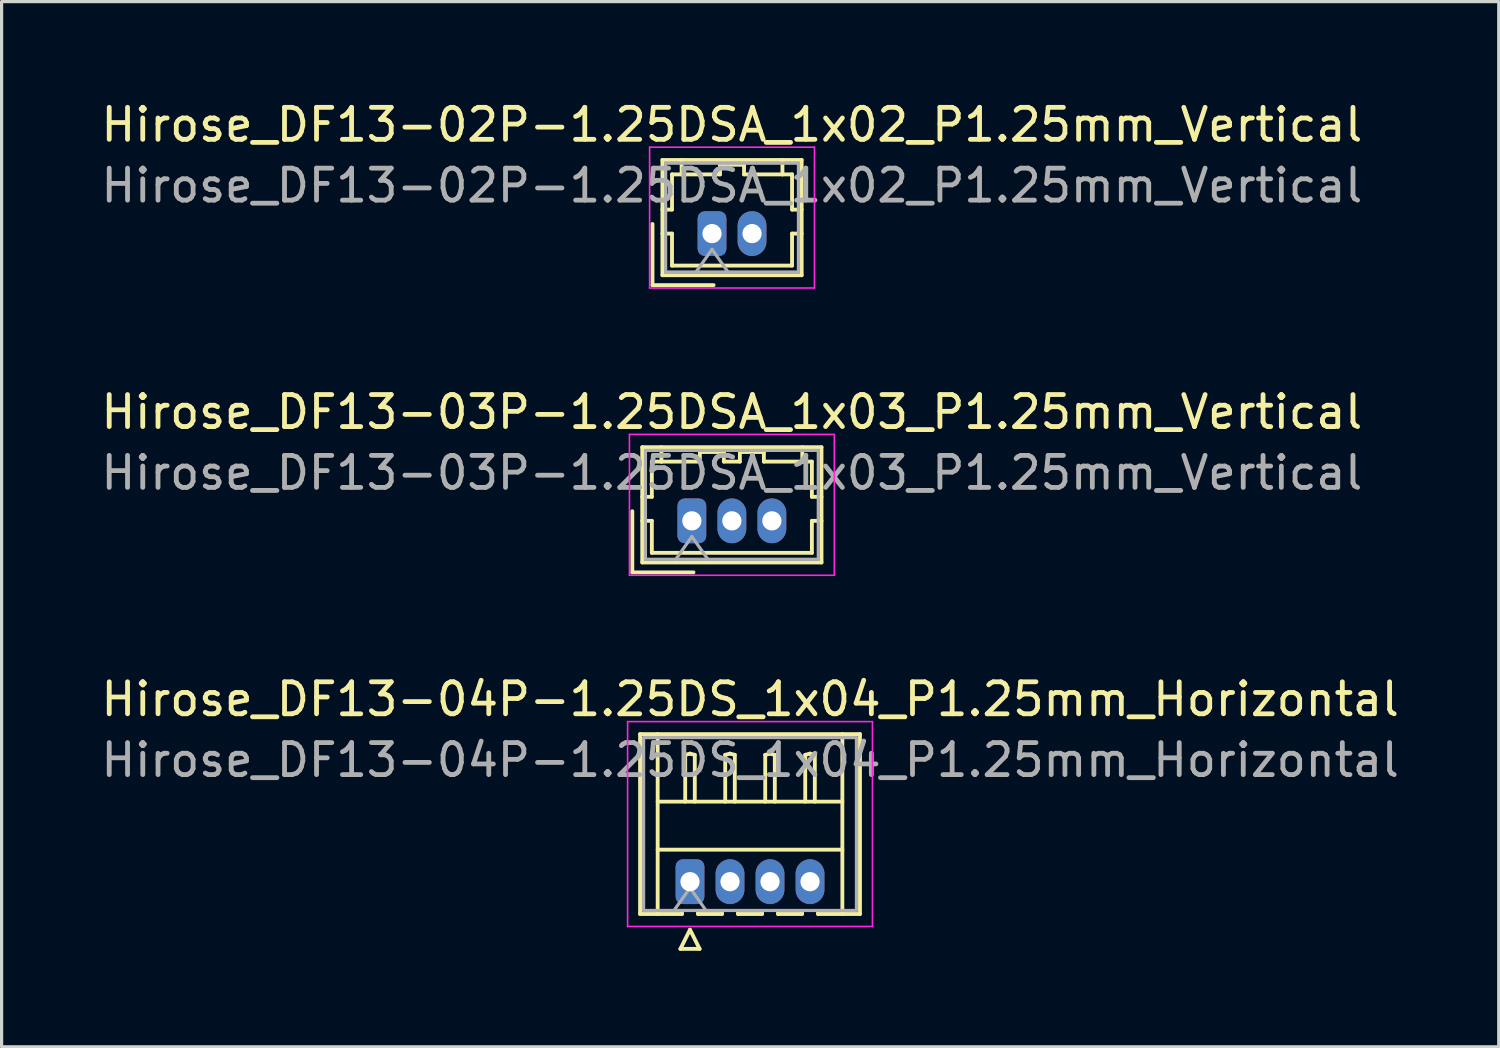
<source format=kicad_pcb>
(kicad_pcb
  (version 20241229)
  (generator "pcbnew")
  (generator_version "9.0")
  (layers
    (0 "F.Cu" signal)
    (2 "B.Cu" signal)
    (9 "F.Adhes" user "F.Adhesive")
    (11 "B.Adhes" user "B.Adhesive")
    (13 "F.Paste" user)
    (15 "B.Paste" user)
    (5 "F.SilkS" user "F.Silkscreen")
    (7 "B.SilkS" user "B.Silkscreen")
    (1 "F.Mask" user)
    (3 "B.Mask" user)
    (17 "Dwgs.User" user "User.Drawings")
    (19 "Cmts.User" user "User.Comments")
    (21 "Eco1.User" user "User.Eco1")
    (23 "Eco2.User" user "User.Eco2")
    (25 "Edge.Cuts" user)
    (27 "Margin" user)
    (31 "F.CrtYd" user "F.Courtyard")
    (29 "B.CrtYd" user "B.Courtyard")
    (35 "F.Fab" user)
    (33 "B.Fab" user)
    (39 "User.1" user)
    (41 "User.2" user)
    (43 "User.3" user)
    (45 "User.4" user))
  (footprint "Hirose_DF13-03P-1.25DSA_1x03_P1.25mm_Vertical"
    (layer "F.Cu")
    (at 18.565 13.222)
    (property "Reference" "Hirose_DF13-03P-1.25DSA_1x03_P1.25mm_Vertical" (at 1.25 -3.4 0) (layer "F.SilkS") (effects (font (size 1 1) (thickness 0.15))))
    (attr through_hole)
    (fp_line (start -1.86 -0.3) (end -1.86 1.61) (stroke (width 0.12) (type solid)) (layer "F.SilkS"))
    (fp_line (start -1.86 1.61) (end 0.05 1.61) (stroke (width 0.12) (type solid)) (layer "F.SilkS"))
    (fp_line (start -1.55 -2.3) (end -1.55 1.3) (stroke (width 0.12) (type solid)) (layer "F.SilkS"))
    (fp_line (start -1.55 -0.75) (end -1.25 -0.75) (stroke (width 0.12) (type solid)) (layer "F.SilkS"))
    (fp_line (start -1.55 0) (end -1.25 0) (stroke (width 0.12) (type solid)) (layer "F.SilkS"))
    (fp_line (start -1.55 1.3) (end 4.05 1.3) (stroke (width 0.12) (type solid)) (layer "F.SilkS"))
    (fp_line (start -1.25 -1.85) (end -0.95 -1.85) (stroke (width 0.12) (type solid)) (layer "F.SilkS"))
    (fp_line (start -1.25 -0.75) (end -1.25 -1.85) (stroke (width 0.12) (type solid)) (layer "F.SilkS"))
    (fp_line (start -1.25 0) (end -1.25 1) (stroke (width 0.12) (type solid)) (layer "F.SilkS"))
    (fp_line (start -1.25 1) (end 3.75 1) (stroke (width 0.12) (type solid)) (layer "F.SilkS"))
    (fp_line (start -0.95 -1.85) (end -0.95 -2.3) (stroke (width 0.12) (type solid)) (layer "F.SilkS"))
    (fp_line (start -0.95 -1.85) (end 0.25 -1.85) (stroke (width 0.12) (type solid)) (layer "F.SilkS"))
    (fp_line (start 0.25 -2.15) (end 1 -2.15) (stroke (width 0.12) (type solid)) (layer "F.SilkS"))
    (fp_line (start 0.25 -1.85) (end 0.25 -2.15) (stroke (width 0.12) (type solid)) (layer "F.SilkS"))
    (fp_line (start 1 -2.15) (end 1 -1.85) (stroke (width 0.12) (type solid)) (layer "F.SilkS"))
    (fp_line (start 1 -1.85) (end 1.5 -1.85) (stroke (width 0.12) (type solid)) (layer "F.SilkS"))
    (fp_line (start 1.5 -2.15) (end 2.25 -2.15) (stroke (width 0.12) (type solid)) (layer "F.SilkS"))
    (fp_line (start 1.5 -1.85) (end 1.5 -2.15) (stroke (width 0.12) (type solid)) (layer "F.SilkS"))
    (fp_line (start 2.25 -2.15) (end 2.25 -1.85) (stroke (width 0.12) (type solid)) (layer "F.SilkS"))
    (fp_line (start 2.25 -1.85) (end 3.45 -1.85) (stroke (width 0.12) (type solid)) (layer "F.SilkS"))
    (fp_line (start 3.45 -1.85) (end 3.45 -2.3) (stroke (width 0.12) (type solid)) (layer "F.SilkS"))
    (fp_line (start 3.75 -1.85) (end 3.45 -1.85) (stroke (width 0.12) (type solid)) (layer "F.SilkS"))
    (fp_line (start 3.75 -0.75) (end 3.75 -1.85) (stroke (width 0.12) (type solid)) (layer "F.SilkS"))
    (fp_line (start 3.75 0) (end 4.05 0) (stroke (width 0.12) (type solid)) (layer "F.SilkS"))
    (fp_line (start 3.75 1) (end 3.75 0) (stroke (width 0.12) (type solid)) (layer "F.SilkS"))
    (fp_line (start 4.05 -2.3) (end -1.55 -2.3) (stroke (width 0.12) (type solid)) (layer "F.SilkS"))
    (fp_line (start 4.05 -0.75) (end 3.75 -0.75) (stroke (width 0.12) (type solid)) (layer "F.SilkS"))
    (fp_line (start 4.05 1.3) (end 4.05 -2.3) (stroke (width 0.12) (type solid)) (layer "F.SilkS"))
    (fp_line (start -1.95 -2.7) (end -1.95 1.7) (stroke (width 0.05) (type solid)) (layer "F.CrtYd"))
    (fp_line (start -1.95 1.7) (end 4.45 1.7) (stroke (width 0.05) (type solid)) (layer "F.CrtYd"))
    (fp_line (start 4.45 -2.7) (end -1.95 -2.7) (stroke (width 0.05) (type solid)) (layer "F.CrtYd"))
    (fp_line (start 4.45 1.7) (end 4.45 -2.7) (stroke (width 0.05) (type solid)) (layer "F.CrtYd"))
    (fp_line (start -1.45 -2.2) (end -1.45 1.2) (stroke (width 0.1) (type solid)) (layer "F.Fab"))
    (fp_line (start -1.45 1.2) (end 3.95 1.2) (stroke (width 0.1) (type solid)) (layer "F.Fab"))
    (fp_line (start -0.5 1.2) (end 0 0.493) (stroke (width 0.1) (type solid)) (layer "F.Fab"))
    (fp_line (start 0 0.493) (end 0.5 1.2) (stroke (width 0.1) (type solid)) (layer "F.Fab"))
    (fp_line (start 3.95 -2.2) (end -1.45 -2.2) (stroke (width 0.1) (type solid)) (layer "F.Fab"))
    (fp_line (start 3.95 1.2) (end 3.95 -2.2) (stroke (width 0.1) (type solid)) (layer "F.Fab"))
    (fp_text user "${REFERENCE}" (at 1.25 -1.5 0) (layer "F.Fab") (effects (font (size 1 1) (thickness 0.15))))
    (pad "1" thru_hole roundrect (at 0 0) (size 0.9 1.4) (drill 0.6) (layers "*.Cu" "*.Mask") (roundrect_rratio 0.25))
    (pad "2" thru_hole oval (at 1.25 0) (size 0.9 1.4) (drill 0.6) (layers "*.Cu" "*.Mask"))
    (pad "3" thru_hole oval (at 2.5 0) (size 0.9 1.4) (drill 0.6) (layers "*.Cu" "*.Mask")))
  (footprint "Hirose_DF13-02P-1.25DSA_1x02_P1.25mm_Vertical"
    (layer "F.Cu")
    (at 19.195 4.248)
    (property "Reference" "Hirose_DF13-02P-1.25DSA_1x02_P1.25mm_Vertical" (at 0.62 -3.4 0) (layer "F.SilkS") (effects (font (size 1 1) (thickness 0.15))))
    (attr through_hole)
    (fp_line (start -1.86 -0.3) (end -1.86 1.61) (stroke (width 0.12) (type solid)) (layer "F.SilkS"))
    (fp_line (start -1.86 1.61) (end 0.05 1.61) (stroke (width 0.12) (type solid)) (layer "F.SilkS"))
    (fp_line (start -1.55 -2.3) (end -1.55 1.3) (stroke (width 0.12) (type solid)) (layer "F.SilkS"))
    (fp_line (start -1.55 -0.75) (end -1.25 -0.75) (stroke (width 0.12) (type solid)) (layer "F.SilkS"))
    (fp_line (start -1.55 0) (end -1.25 0) (stroke (width 0.12) (type solid)) (layer "F.SilkS"))
    (fp_line (start -1.55 1.3) (end 2.8 1.3) (stroke (width 0.12) (type solid)) (layer "F.SilkS"))
    (fp_line (start -1.25 -1.85) (end -0.95 -1.85) (stroke (width 0.12) (type solid)) (layer "F.SilkS"))
    (fp_line (start -1.25 -0.75) (end -1.25 -1.85) (stroke (width 0.12) (type solid)) (layer "F.SilkS"))
    (fp_line (start -1.25 0) (end -1.25 1) (stroke (width 0.12) (type solid)) (layer "F.SilkS"))
    (fp_line (start -1.25 1) (end 2.5 1) (stroke (width 0.12) (type solid)) (layer "F.SilkS"))
    (fp_line (start -0.95 -1.85) (end -0.95 -2.3) (stroke (width 0.12) (type solid)) (layer "F.SilkS"))
    (fp_line (start -0.95 -1.85) (end 0.25 -1.85) (stroke (width 0.12) (type solid)) (layer "F.SilkS"))
    (fp_line (start 0.25 -2.15) (end 1 -2.15) (stroke (width 0.12) (type solid)) (layer "F.SilkS"))
    (fp_line (start 0.25 -1.85) (end 0.25 -2.15) (stroke (width 0.12) (type solid)) (layer "F.SilkS"))
    (fp_line (start 1 -2.15) (end 1 -1.85) (stroke (width 0.12) (type solid)) (layer "F.SilkS"))
    (fp_line (start 1 -1.85) (end 2.2 -1.85) (stroke (width 0.12) (type solid)) (layer "F.SilkS"))
    (fp_line (start 2.2 -1.85) (end 2.2 -2.3) (stroke (width 0.12) (type solid)) (layer "F.SilkS"))
    (fp_line (start 2.5 -1.85) (end 2.2 -1.85) (stroke (width 0.12) (type solid)) (layer "F.SilkS"))
    (fp_line (start 2.5 -0.75) (end 2.5 -1.85) (stroke (width 0.12) (type solid)) (layer "F.SilkS"))
    (fp_line (start 2.5 0) (end 2.8 0) (stroke (width 0.12) (type solid)) (layer "F.SilkS"))
    (fp_line (start 2.5 1) (end 2.5 0) (stroke (width 0.12) (type solid)) (layer "F.SilkS"))
    (fp_line (start 2.8 -2.3) (end -1.55 -2.3) (stroke (width 0.12) (type solid)) (layer "F.SilkS"))
    (fp_line (start 2.8 -0.75) (end 2.5 -0.75) (stroke (width 0.12) (type solid)) (layer "F.SilkS"))
    (fp_line (start 2.8 1.3) (end 2.8 -2.3) (stroke (width 0.12) (type solid)) (layer "F.SilkS"))
    (fp_line (start -1.95 -2.7) (end -1.95 1.7) (stroke (width 0.05) (type solid)) (layer "F.CrtYd"))
    (fp_line (start -1.95 1.7) (end 3.2 1.7) (stroke (width 0.05) (type solid)) (layer "F.CrtYd"))
    (fp_line (start 3.2 -2.7) (end -1.95 -2.7) (stroke (width 0.05) (type solid)) (layer "F.CrtYd"))
    (fp_line (start 3.2 1.7) (end 3.2 -2.7) (stroke (width 0.05) (type solid)) (layer "F.CrtYd"))
    (fp_line (start -1.45 -2.2) (end -1.45 1.2) (stroke (width 0.1) (type solid)) (layer "F.Fab"))
    (fp_line (start -1.45 1.2) (end 2.7 1.2) (stroke (width 0.1) (type solid)) (layer "F.Fab"))
    (fp_line (start -0.5 1.2) (end 0 0.493) (stroke (width 0.1) (type solid)) (layer "F.Fab"))
    (fp_line (start 0 0.493) (end 0.5 1.2) (stroke (width 0.1) (type solid)) (layer "F.Fab"))
    (fp_line (start 2.7 -2.2) (end -1.45 -2.2) (stroke (width 0.1) (type solid)) (layer "F.Fab"))
    (fp_line (start 2.7 1.2) (end 2.7 -2.2) (stroke (width 0.1) (type solid)) (layer "F.Fab"))
    (fp_text user "${REFERENCE}" (at 0.62 -1.5 0) (layer "F.Fab") (effects (font (size 1 1) (thickness 0.15))))
    (pad "1" thru_hole roundrect (at 0 0) (size 0.9 1.4) (drill 0.6) (layers "*.Cu" "*.Mask") (roundrect_rratio 0.25))
    (pad "2" thru_hole oval (at 1.25 0) (size 0.9 1.4) (drill 0.6) (layers "*.Cu" "*.Mask")))
  (footprint "Hirose_DF13-04P-1.25DS_1x04_P1.25mm_Horizontal"
    (layer "F.Cu")
    (at 18.507 24.495)
    (property "Reference" "Hirose_DF13-04P-1.25DS_1x04_P1.25mm_Horizontal" (at 1.88 -5.7 0) (layer "F.SilkS") (effects (font (size 1 1) (thickness 0.15))))
    (attr through_hole)
    (fp_line (start -1.56 -4.61) (end 5.31 -4.61) (stroke (width 0.12) (type solid)) (layer "F.SilkS"))
    (fp_line (start -1.56 1.01) (end -1.56 -4.61) (stroke (width 0.12) (type solid)) (layer "F.SilkS"))
    (fp_line (start -1.01 -4.61) (end -1.01 1.01) (stroke (width 0.12) (type solid)) (layer "F.SilkS"))
    (fp_line (start -1.01 -2.5) (end 4.76 -2.5) (stroke (width 0.12) (type solid)) (layer "F.SilkS"))
    (fp_line (start -1.01 -1) (end 4.76 -1) (stroke (width 0.12) (type solid)) (layer "F.SilkS"))
    (fp_line (start -0.3 2.1) (end 0.3 2.1) (stroke (width 0.12) (type solid)) (layer "F.SilkS"))
    (fp_line (start -0.25 0.96) (end -0.25 1.01) (stroke (width 0.12) (type solid)) (layer "F.SilkS"))
    (fp_line (start -0.25 1.01) (end -1.56 1.01) (stroke (width 0.12) (type solid)) (layer "F.SilkS"))
    (fp_line (start -0.15 -3.962) (end 0 -4) (stroke (width 0.12) (type solid)) (layer "F.SilkS"))
    (fp_line (start -0.15 -2.5) (end -0.15 -3.962) (stroke (width 0.12) (type solid)) (layer "F.SilkS"))
    (fp_line (start 0 -4) (end 0.15 -3.962) (stroke (width 0.12) (type solid)) (layer "F.SilkS"))
    (fp_line (start 0 1.5) (end -0.3 2.1) (stroke (width 0.12) (type solid)) (layer "F.SilkS"))
    (fp_line (start 0.15 -3.962) (end 0.15 -2.5) (stroke (width 0.12) (type solid)) (layer "F.SilkS"))
    (fp_line (start 0.25 0.96) (end 0.25 1.01) (stroke (width 0.12) (type solid)) (layer "F.SilkS"))
    (fp_line (start 0.25 1.01) (end 1 1.01) (stroke (width 0.12) (type solid)) (layer "F.SilkS"))
    (fp_line (start 0.3 2.1) (end 0 1.5) (stroke (width 0.12) (type solid)) (layer "F.SilkS"))
    (fp_line (start 1 1.01) (end 1 0.96) (stroke (width 0.12) (type solid)) (layer "F.SilkS"))
    (fp_line (start 1.1 -3.962) (end 1.25 -4) (stroke (width 0.12) (type solid)) (layer "F.SilkS"))
    (fp_line (start 1.1 -2.5) (end 1.1 -3.962) (stroke (width 0.12) (type solid)) (layer "F.SilkS"))
    (fp_line (start 1.25 -4) (end 1.4 -3.962) (stroke (width 0.12) (type solid)) (layer "F.SilkS"))
    (fp_line (start 1.4 -3.962) (end 1.4 -2.5) (stroke (width 0.12) (type solid)) (layer "F.SilkS"))
    (fp_line (start 1.5 0.96) (end 1.5 1.01) (stroke (width 0.12) (type solid)) (layer "F.SilkS"))
    (fp_line (start 1.5 1.01) (end 2.25 1.01) (stroke (width 0.12) (type solid)) (layer "F.SilkS"))
    (fp_line (start 2.25 1.01) (end 2.25 0.96) (stroke (width 0.12) (type solid)) (layer "F.SilkS"))
    (fp_line (start 2.35 -3.962) (end 2.5 -4) (stroke (width 0.12) (type solid)) (layer "F.SilkS"))
    (fp_line (start 2.35 -2.5) (end 2.35 -3.962) (stroke (width 0.12) (type solid)) (layer "F.SilkS"))
    (fp_line (start 2.5 -4) (end 2.65 -3.962) (stroke (width 0.12) (type solid)) (layer "F.SilkS"))
    (fp_line (start 2.65 -3.962) (end 2.65 -2.5) (stroke (width 0.12) (type solid)) (layer "F.SilkS"))
    (fp_line (start 2.75 0.96) (end 2.75 1.01) (stroke (width 0.12) (type solid)) (layer "F.SilkS"))
    (fp_line (start 2.75 1.01) (end 3.5 1.01) (stroke (width 0.12) (type solid)) (layer "F.SilkS"))
    (fp_line (start 3.5 1.01) (end 3.5 0.96) (stroke (width 0.12) (type solid)) (layer "F.SilkS"))
    (fp_line (start 3.6 -3.962) (end 3.75 -4) (stroke (width 0.12) (type solid)) (layer "F.SilkS"))
    (fp_line (start 3.6 -2.5) (end 3.6 -3.962) (stroke (width 0.12) (type solid)) (layer "F.SilkS"))
    (fp_line (start 3.75 -4) (end 3.9 -3.962) (stroke (width 0.12) (type solid)) (layer "F.SilkS"))
    (fp_line (start 3.9 -3.962) (end 3.9 -2.5) (stroke (width 0.12) (type solid)) (layer "F.SilkS"))
    (fp_line (start 4 1.01) (end 4 0.96) (stroke (width 0.12) (type solid)) (layer "F.SilkS"))
    (fp_line (start 4.76 -4.61) (end 4.76 1.01) (stroke (width 0.12) (type solid)) (layer "F.SilkS"))
    (fp_line (start 5.31 -4.61) (end 5.31 1.01) (stroke (width 0.12) (type solid)) (layer "F.SilkS"))
    (fp_line (start 5.31 1.01) (end 4 1.01) (stroke (width 0.12) (type solid)) (layer "F.SilkS"))
    (fp_line (start -1.95 -5) (end -1.95 1.4) (stroke (width 0.05) (type solid)) (layer "F.CrtYd"))
    (fp_line (start -1.95 1.4) (end 5.7 1.4) (stroke (width 0.05) (type solid)) (layer "F.CrtYd"))
    (fp_line (start 5.7 -5) (end -1.95 -5) (stroke (width 0.05) (type solid)) (layer "F.CrtYd"))
    (fp_line (start 5.7 1.4) (end 5.7 -5) (stroke (width 0.05) (type solid)) (layer "F.CrtYd"))
    (fp_line (start -1.45 -4.5) (end -1.45 0.9) (stroke (width 0.1) (type solid)) (layer "F.Fab"))
    (fp_line (start -1.45 0.9) (end 5.2 0.9) (stroke (width 0.1) (type solid)) (layer "F.Fab"))
    (fp_line (start -0.5 0.9) (end 0 0.193) (stroke (width 0.1) (type solid)) (layer "F.Fab"))
    (fp_line (start 0 0.193) (end 0.5 0.9) (stroke (width 0.1) (type solid)) (layer "F.Fab"))
    (fp_line (start 5.2 -4.5) (end -1.45 -4.5) (stroke (width 0.1) (type solid)) (layer "F.Fab"))
    (fp_line (start 5.2 0.9) (end 5.2 -4.5) (stroke (width 0.1) (type solid)) (layer "F.Fab"))
    (fp_text user "${REFERENCE}" (at 1.88 -3.8 0) (layer "F.Fab") (effects (font (size 1 1) (thickness 0.15))))
    (pad "1" thru_hole roundrect (at 0 0) (size 0.9 1.4) (drill 0.6) (layers "*.Cu" "*.Mask") (roundrect_rratio 0.25))
    (pad "2" thru_hole oval (at 1.25 0) (size 0.9 1.4) (drill 0.6) (layers "*.Cu" "*.Mask"))
    (pad "3" thru_hole oval (at 2.5 0) (size 0.9 1.4) (drill 0.6) (layers "*.Cu" "*.Mask"))
    (pad "4" thru_hole oval (at 3.75 0) (size 0.9 1.4) (drill 0.6) (layers "*.Cu" "*.Mask")))
  (gr_rect
    (start -3 -3)
    (end 43.774 29.655)
    (stroke (width 0.1) (type default))
    (fill no)
    (layer "Edge.Cuts")))
</source>
